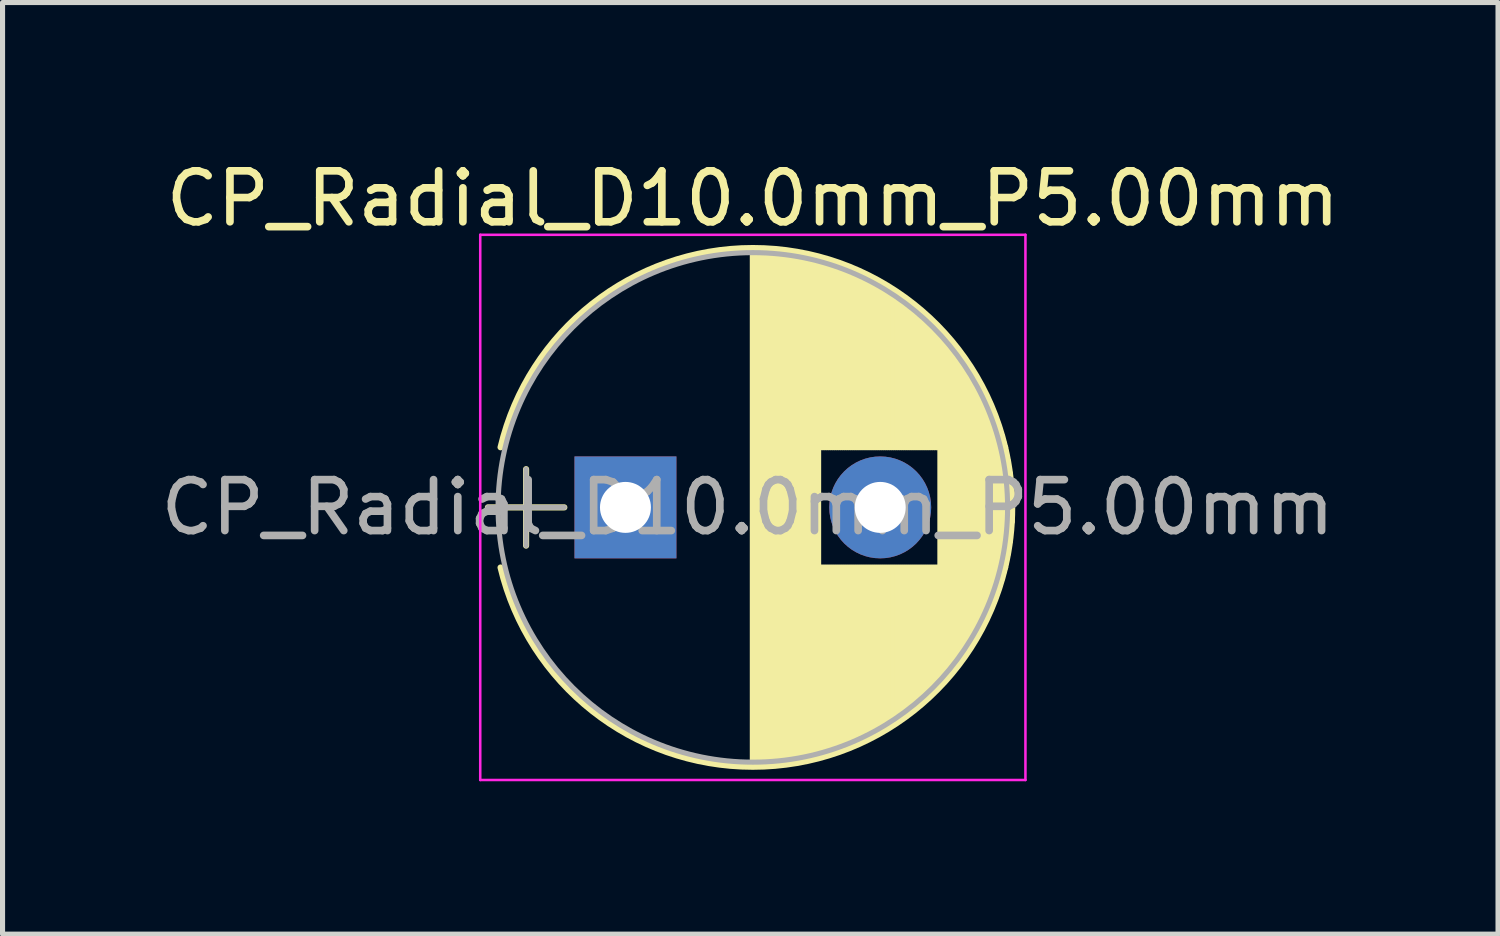
<source format=kicad_pcb>
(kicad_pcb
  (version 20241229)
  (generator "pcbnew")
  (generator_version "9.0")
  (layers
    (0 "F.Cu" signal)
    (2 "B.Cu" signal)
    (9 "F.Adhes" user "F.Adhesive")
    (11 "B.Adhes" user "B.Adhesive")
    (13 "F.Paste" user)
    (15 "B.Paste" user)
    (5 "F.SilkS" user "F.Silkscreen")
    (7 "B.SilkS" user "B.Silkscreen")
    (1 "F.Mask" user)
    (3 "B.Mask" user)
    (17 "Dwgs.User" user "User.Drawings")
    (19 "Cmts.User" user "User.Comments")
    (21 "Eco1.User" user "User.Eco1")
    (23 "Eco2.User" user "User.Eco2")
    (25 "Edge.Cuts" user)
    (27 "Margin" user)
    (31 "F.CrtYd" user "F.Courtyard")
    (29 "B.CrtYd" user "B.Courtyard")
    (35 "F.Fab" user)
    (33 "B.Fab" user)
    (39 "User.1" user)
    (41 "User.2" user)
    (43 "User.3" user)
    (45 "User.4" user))
  (footprint "CP_Radial_D10.0mm_P5.00mm"
    (layer "F.Cu")
    (at 9.225 6.908)
    (property "Reference" "CP_Radial_D10.0mm_P5.00mm" (at 2.5 -6.06 0) (layer "F.SilkS") (effects (font (size 1 1) (thickness 0.15))))
    (attr through_hole)
    (fp_line (start -2.7 0) (end -1.2 0) (stroke (width 0.12) (type solid)) (layer "F.SilkS"))
    (fp_line (start -1.95 -0.75) (end -1.95 0.75) (stroke (width 0.12) (type solid)) (layer "F.SilkS"))
    (fp_line (start 2.5 -5.05) (end 2.5 5.05) (stroke (width 0.12) (type solid)) (layer "F.SilkS"))
    (fp_line (start 2.54 -5.05) (end 2.54 5.05) (stroke (width 0.12) (type solid)) (layer "F.SilkS"))
    (fp_line (start 2.58 -5.05) (end 2.58 5.05) (stroke (width 0.12) (type solid)) (layer "F.SilkS"))
    (fp_line (start 2.62 -5.049) (end 2.62 5.049) (stroke (width 0.12) (type solid)) (layer "F.SilkS"))
    (fp_line (start 2.66 -5.048) (end 2.66 5.048) (stroke (width 0.12) (type solid)) (layer "F.SilkS"))
    (fp_line (start 2.7 -5.047) (end 2.7 5.047) (stroke (width 0.12) (type solid)) (layer "F.SilkS"))
    (fp_line (start 2.74 -5.045) (end 2.74 5.045) (stroke (width 0.12) (type solid)) (layer "F.SilkS"))
    (fp_line (start 2.78 -5.043) (end 2.78 5.043) (stroke (width 0.12) (type solid)) (layer "F.SilkS"))
    (fp_line (start 2.82 -5.04) (end 2.82 5.04) (stroke (width 0.12) (type solid)) (layer "F.SilkS"))
    (fp_line (start 2.86 -5.038) (end 2.86 5.038) (stroke (width 0.12) (type solid)) (layer "F.SilkS"))
    (fp_line (start 2.9 -5.035) (end 2.9 5.035) (stroke (width 0.12) (type solid)) (layer "F.SilkS"))
    (fp_line (start 2.94 -5.031) (end 2.94 5.031) (stroke (width 0.12) (type solid)) (layer "F.SilkS"))
    (fp_line (start 2.98 -5.028) (end 2.98 5.028) (stroke (width 0.12) (type solid)) (layer "F.SilkS"))
    (fp_line (start 3.02 -5.024) (end 3.02 5.024) (stroke (width 0.12) (type solid)) (layer "F.SilkS"))
    (fp_line (start 3.06 -5.02) (end 3.06 5.02) (stroke (width 0.12) (type solid)) (layer "F.SilkS"))
    (fp_line (start 3.1 -5.015) (end 3.1 5.015) (stroke (width 0.12) (type solid)) (layer "F.SilkS"))
    (fp_line (start 3.14 -5.01) (end 3.14 5.01) (stroke (width 0.12) (type solid)) (layer "F.SilkS"))
    (fp_line (start 3.18 -5.005) (end 3.18 5.005) (stroke (width 0.12) (type solid)) (layer "F.SilkS"))
    (fp_line (start 3.221 -4.999) (end 3.221 4.999) (stroke (width 0.12) (type solid)) (layer "F.SilkS"))
    (fp_line (start 3.261 -4.993) (end 3.261 4.993) (stroke (width 0.12) (type solid)) (layer "F.SilkS"))
    (fp_line (start 3.301 -4.987) (end 3.301 4.987) (stroke (width 0.12) (type solid)) (layer "F.SilkS"))
    (fp_line (start 3.341 -4.981) (end 3.341 4.981) (stroke (width 0.12) (type solid)) (layer "F.SilkS"))
    (fp_line (start 3.381 -4.974) (end 3.381 4.974) (stroke (width 0.12) (type solid)) (layer "F.SilkS"))
    (fp_line (start 3.421 -4.967) (end 3.421 4.967) (stroke (width 0.12) (type solid)) (layer "F.SilkS"))
    (fp_line (start 3.461 -4.959) (end 3.461 4.959) (stroke (width 0.12) (type solid)) (layer "F.SilkS"))
    (fp_line (start 3.501 -4.951) (end 3.501 4.951) (stroke (width 0.12) (type solid)) (layer "F.SilkS"))
    (fp_line (start 3.541 -4.943) (end 3.541 4.943) (stroke (width 0.12) (type solid)) (layer "F.SilkS"))
    (fp_line (start 3.581 -4.935) (end 3.581 4.935) (stroke (width 0.12) (type solid)) (layer "F.SilkS"))
    (fp_line (start 3.621 -4.926) (end 3.621 4.926) (stroke (width 0.12) (type solid)) (layer "F.SilkS"))
    (fp_line (start 3.661 -4.917) (end 3.661 4.917) (stroke (width 0.12) (type solid)) (layer "F.SilkS"))
    (fp_line (start 3.701 -4.907) (end 3.701 4.907) (stroke (width 0.12) (type solid)) (layer "F.SilkS"))
    (fp_line (start 3.741 -4.897) (end 3.741 4.897) (stroke (width 0.12) (type solid)) (layer "F.SilkS"))
    (fp_line (start 3.781 -4.887) (end 3.781 4.887) (stroke (width 0.12) (type solid)) (layer "F.SilkS"))
    (fp_line (start 3.821 -4.876) (end 3.821 -1.181) (stroke (width 0.12) (type solid)) (layer "F.SilkS"))
    (fp_line (start 3.821 1.181) (end 3.821 4.876) (stroke (width 0.12) (type solid)) (layer "F.SilkS"))
    (fp_line (start 3.861 -4.865) (end 3.861 -1.181) (stroke (width 0.12) (type solid)) (layer "F.SilkS"))
    (fp_line (start 3.861 1.181) (end 3.861 4.865) (stroke (width 0.12) (type solid)) (layer "F.SilkS"))
    (fp_line (start 3.901 -4.854) (end 3.901 -1.181) (stroke (width 0.12) (type solid)) (layer "F.SilkS"))
    (fp_line (start 3.901 1.181) (end 3.901 4.854) (stroke (width 0.12) (type solid)) (layer "F.SilkS"))
    (fp_line (start 3.941 -4.843) (end 3.941 -1.181) (stroke (width 0.12) (type solid)) (layer "F.SilkS"))
    (fp_line (start 3.941 1.181) (end 3.941 4.843) (stroke (width 0.12) (type solid)) (layer "F.SilkS"))
    (fp_line (start 3.981 -4.831) (end 3.981 -1.181) (stroke (width 0.12) (type solid)) (layer "F.SilkS"))
    (fp_line (start 3.981 1.181) (end 3.981 4.831) (stroke (width 0.12) (type solid)) (layer "F.SilkS"))
    (fp_line (start 4.021 -4.818) (end 4.021 -1.181) (stroke (width 0.12) (type solid)) (layer "F.SilkS"))
    (fp_line (start 4.021 1.181) (end 4.021 4.818) (stroke (width 0.12) (type solid)) (layer "F.SilkS"))
    (fp_line (start 4.061 -4.806) (end 4.061 -1.181) (stroke (width 0.12) (type solid)) (layer "F.SilkS"))
    (fp_line (start 4.061 1.181) (end 4.061 4.806) (stroke (width 0.12) (type solid)) (layer "F.SilkS"))
    (fp_line (start 4.101 -4.792) (end 4.101 -1.181) (stroke (width 0.12) (type solid)) (layer "F.SilkS"))
    (fp_line (start 4.101 1.181) (end 4.101 4.792) (stroke (width 0.12) (type solid)) (layer "F.SilkS"))
    (fp_line (start 4.141 -4.779) (end 4.141 -1.181) (stroke (width 0.12) (type solid)) (layer "F.SilkS"))
    (fp_line (start 4.141 1.181) (end 4.141 4.779) (stroke (width 0.12) (type solid)) (layer "F.SilkS"))
    (fp_line (start 4.181 -4.765) (end 4.181 -1.181) (stroke (width 0.12) (type solid)) (layer "F.SilkS"))
    (fp_line (start 4.181 1.181) (end 4.181 4.765) (stroke (width 0.12) (type solid)) (layer "F.SilkS"))
    (fp_line (start 4.221 -4.751) (end 4.221 -1.181) (stroke (width 0.12) (type solid)) (layer "F.SilkS"))
    (fp_line (start 4.221 1.181) (end 4.221 4.751) (stroke (width 0.12) (type solid)) (layer "F.SilkS"))
    (fp_line (start 4.261 -4.737) (end 4.261 -1.181) (stroke (width 0.12) (type solid)) (layer "F.SilkS"))
    (fp_line (start 4.261 1.181) (end 4.261 4.737) (stroke (width 0.12) (type solid)) (layer "F.SilkS"))
    (fp_line (start 4.301 -4.722) (end 4.301 -1.181) (stroke (width 0.12) (type solid)) (layer "F.SilkS"))
    (fp_line (start 4.301 1.181) (end 4.301 4.722) (stroke (width 0.12) (type solid)) (layer "F.SilkS"))
    (fp_line (start 4.341 -4.706) (end 4.341 -1.181) (stroke (width 0.12) (type solid)) (layer "F.SilkS"))
    (fp_line (start 4.341 1.181) (end 4.341 4.706) (stroke (width 0.12) (type solid)) (layer "F.SilkS"))
    (fp_line (start 4.381 -4.691) (end 4.381 -1.181) (stroke (width 0.12) (type solid)) (layer "F.SilkS"))
    (fp_line (start 4.381 1.181) (end 4.381 4.691) (stroke (width 0.12) (type solid)) (layer "F.SilkS"))
    (fp_line (start 4.421 -4.674) (end 4.421 -1.181) (stroke (width 0.12) (type solid)) (layer "F.SilkS"))
    (fp_line (start 4.421 1.181) (end 4.421 4.674) (stroke (width 0.12) (type solid)) (layer "F.SilkS"))
    (fp_line (start 4.461 -4.658) (end 4.461 -1.181) (stroke (width 0.12) (type solid)) (layer "F.SilkS"))
    (fp_line (start 4.461 1.181) (end 4.461 4.658) (stroke (width 0.12) (type solid)) (layer "F.SilkS"))
    (fp_line (start 4.501 -4.641) (end 4.501 -1.181) (stroke (width 0.12) (type solid)) (layer "F.SilkS"))
    (fp_line (start 4.501 1.181) (end 4.501 4.641) (stroke (width 0.12) (type solid)) (layer "F.SilkS"))
    (fp_line (start 4.541 -4.624) (end 4.541 -1.181) (stroke (width 0.12) (type solid)) (layer "F.SilkS"))
    (fp_line (start 4.541 1.181) (end 4.541 4.624) (stroke (width 0.12) (type solid)) (layer "F.SilkS"))
    (fp_line (start 4.581 -4.606) (end 4.581 -1.181) (stroke (width 0.12) (type solid)) (layer "F.SilkS"))
    (fp_line (start 4.581 1.181) (end 4.581 4.606) (stroke (width 0.12) (type solid)) (layer "F.SilkS"))
    (fp_line (start 4.621 -4.588) (end 4.621 -1.181) (stroke (width 0.12) (type solid)) (layer "F.SilkS"))
    (fp_line (start 4.621 1.181) (end 4.621 4.588) (stroke (width 0.12) (type solid)) (layer "F.SilkS"))
    (fp_line (start 4.661 -4.569) (end 4.661 -1.181) (stroke (width 0.12) (type solid)) (layer "F.SilkS"))
    (fp_line (start 4.661 1.181) (end 4.661 4.569) (stroke (width 0.12) (type solid)) (layer "F.SilkS"))
    (fp_line (start 4.701 -4.55) (end 4.701 -1.181) (stroke (width 0.12) (type solid)) (layer "F.SilkS"))
    (fp_line (start 4.701 1.181) (end 4.701 4.55) (stroke (width 0.12) (type solid)) (layer "F.SilkS"))
    (fp_line (start 4.741 -4.531) (end 4.741 -1.181) (stroke (width 0.12) (type solid)) (layer "F.SilkS"))
    (fp_line (start 4.741 1.181) (end 4.741 4.531) (stroke (width 0.12) (type solid)) (layer "F.SilkS"))
    (fp_line (start 4.781 -4.511) (end 4.781 -1.181) (stroke (width 0.12) (type solid)) (layer "F.SilkS"))
    (fp_line (start 4.781 1.181) (end 4.781 4.511) (stroke (width 0.12) (type solid)) (layer "F.SilkS"))
    (fp_line (start 4.821 -4.491) (end 4.821 -1.181) (stroke (width 0.12) (type solid)) (layer "F.SilkS"))
    (fp_line (start 4.821 1.181) (end 4.821 4.491) (stroke (width 0.12) (type solid)) (layer "F.SilkS"))
    (fp_line (start 4.861 -4.47) (end 4.861 -1.181) (stroke (width 0.12) (type solid)) (layer "F.SilkS"))
    (fp_line (start 4.861 1.181) (end 4.861 4.47) (stroke (width 0.12) (type solid)) (layer "F.SilkS"))
    (fp_line (start 4.901 -4.449) (end 4.901 -1.181) (stroke (width 0.12) (type solid)) (layer "F.SilkS"))
    (fp_line (start 4.901 1.181) (end 4.901 4.449) (stroke (width 0.12) (type solid)) (layer "F.SilkS"))
    (fp_line (start 4.941 -4.428) (end 4.941 -1.181) (stroke (width 0.12) (type solid)) (layer "F.SilkS"))
    (fp_line (start 4.941 1.181) (end 4.941 4.428) (stroke (width 0.12) (type solid)) (layer "F.SilkS"))
    (fp_line (start 4.981 -4.405) (end 4.981 -1.181) (stroke (width 0.12) (type solid)) (layer "F.SilkS"))
    (fp_line (start 4.981 1.181) (end 4.981 4.405) (stroke (width 0.12) (type solid)) (layer "F.SilkS"))
    (fp_line (start 5.021 -4.383) (end 5.021 -1.181) (stroke (width 0.12) (type solid)) (layer "F.SilkS"))
    (fp_line (start 5.021 1.181) (end 5.021 4.383) (stroke (width 0.12) (type solid)) (layer "F.SilkS"))
    (fp_line (start 5.061 -4.36) (end 5.061 -1.181) (stroke (width 0.12) (type solid)) (layer "F.SilkS"))
    (fp_line (start 5.061 1.181) (end 5.061 4.36) (stroke (width 0.12) (type solid)) (layer "F.SilkS"))
    (fp_line (start 5.101 -4.336) (end 5.101 -1.181) (stroke (width 0.12) (type solid)) (layer "F.SilkS"))
    (fp_line (start 5.101 1.181) (end 5.101 4.336) (stroke (width 0.12) (type solid)) (layer "F.SilkS"))
    (fp_line (start 5.141 -4.312) (end 5.141 -1.181) (stroke (width 0.12) (type solid)) (layer "F.SilkS"))
    (fp_line (start 5.141 1.181) (end 5.141 4.312) (stroke (width 0.12) (type solid)) (layer "F.SilkS"))
    (fp_line (start 5.181 -4.288) (end 5.181 -1.181) (stroke (width 0.12) (type solid)) (layer "F.SilkS"))
    (fp_line (start 5.181 1.181) (end 5.181 4.288) (stroke (width 0.12) (type solid)) (layer "F.SilkS"))
    (fp_line (start 5.221 -4.263) (end 5.221 -1.181) (stroke (width 0.12) (type solid)) (layer "F.SilkS"))
    (fp_line (start 5.221 1.181) (end 5.221 4.263) (stroke (width 0.12) (type solid)) (layer "F.SilkS"))
    (fp_line (start 5.261 -4.237) (end 5.261 -1.181) (stroke (width 0.12) (type solid)) (layer "F.SilkS"))
    (fp_line (start 5.261 1.181) (end 5.261 4.237) (stroke (width 0.12) (type solid)) (layer "F.SilkS"))
    (fp_line (start 5.301 -4.211) (end 5.301 -1.181) (stroke (width 0.12) (type solid)) (layer "F.SilkS"))
    (fp_line (start 5.301 1.181) (end 5.301 4.211) (stroke (width 0.12) (type solid)) (layer "F.SilkS"))
    (fp_line (start 5.341 -4.185) (end 5.341 -1.181) (stroke (width 0.12) (type solid)) (layer "F.SilkS"))
    (fp_line (start 5.341 1.181) (end 5.341 4.185) (stroke (width 0.12) (type solid)) (layer "F.SilkS"))
    (fp_line (start 5.381 -4.157) (end 5.381 -1.181) (stroke (width 0.12) (type solid)) (layer "F.SilkS"))
    (fp_line (start 5.381 1.181) (end 5.381 4.157) (stroke (width 0.12) (type solid)) (layer "F.SilkS"))
    (fp_line (start 5.421 -4.13) (end 5.421 -1.181) (stroke (width 0.12) (type solid)) (layer "F.SilkS"))
    (fp_line (start 5.421 1.181) (end 5.421 4.13) (stroke (width 0.12) (type solid)) (layer "F.SilkS"))
    (fp_line (start 5.461 -4.101) (end 5.461 -1.181) (stroke (width 0.12) (type solid)) (layer "F.SilkS"))
    (fp_line (start 5.461 1.181) (end 5.461 4.101) (stroke (width 0.12) (type solid)) (layer "F.SilkS"))
    (fp_line (start 5.501 -4.072) (end 5.501 -1.181) (stroke (width 0.12) (type solid)) (layer "F.SilkS"))
    (fp_line (start 5.501 1.181) (end 5.501 4.072) (stroke (width 0.12) (type solid)) (layer "F.SilkS"))
    (fp_line (start 5.541 -4.043) (end 5.541 -1.181) (stroke (width 0.12) (type solid)) (layer "F.SilkS"))
    (fp_line (start 5.541 1.181) (end 5.541 4.043) (stroke (width 0.12) (type solid)) (layer "F.SilkS"))
    (fp_line (start 5.581 -4.013) (end 5.581 -1.181) (stroke (width 0.12) (type solid)) (layer "F.SilkS"))
    (fp_line (start 5.581 1.181) (end 5.581 4.013) (stroke (width 0.12) (type solid)) (layer "F.SilkS"))
    (fp_line (start 5.621 -3.982) (end 5.621 -1.181) (stroke (width 0.12) (type solid)) (layer "F.SilkS"))
    (fp_line (start 5.621 1.181) (end 5.621 3.982) (stroke (width 0.12) (type solid)) (layer "F.SilkS"))
    (fp_line (start 5.661 -3.951) (end 5.661 -1.181) (stroke (width 0.12) (type solid)) (layer "F.SilkS"))
    (fp_line (start 5.661 1.181) (end 5.661 3.951) (stroke (width 0.12) (type solid)) (layer "F.SilkS"))
    (fp_line (start 5.701 -3.919) (end 5.701 -1.181) (stroke (width 0.12) (type solid)) (layer "F.SilkS"))
    (fp_line (start 5.701 1.181) (end 5.701 3.919) (stroke (width 0.12) (type solid)) (layer "F.SilkS"))
    (fp_line (start 5.741 -3.886) (end 5.741 -1.181) (stroke (width 0.12) (type solid)) (layer "F.SilkS"))
    (fp_line (start 5.741 1.181) (end 5.741 3.886) (stroke (width 0.12) (type solid)) (layer "F.SilkS"))
    (fp_line (start 5.781 -3.853) (end 5.781 -1.181) (stroke (width 0.12) (type solid)) (layer "F.SilkS"))
    (fp_line (start 5.781 1.181) (end 5.781 3.853) (stroke (width 0.12) (type solid)) (layer "F.SilkS"))
    (fp_line (start 5.821 -3.819) (end 5.821 -1.181) (stroke (width 0.12) (type solid)) (layer "F.SilkS"))
    (fp_line (start 5.821 1.181) (end 5.821 3.819) (stroke (width 0.12) (type solid)) (layer "F.SilkS"))
    (fp_line (start 5.861 -3.784) (end 5.861 -1.181) (stroke (width 0.12) (type solid)) (layer "F.SilkS"))
    (fp_line (start 5.861 1.181) (end 5.861 3.784) (stroke (width 0.12) (type solid)) (layer "F.SilkS"))
    (fp_line (start 5.901 -3.748) (end 5.901 -1.181) (stroke (width 0.12) (type solid)) (layer "F.SilkS"))
    (fp_line (start 5.901 1.181) (end 5.901 3.748) (stroke (width 0.12) (type solid)) (layer "F.SilkS"))
    (fp_line (start 5.941 -3.712) (end 5.941 -1.181) (stroke (width 0.12) (type solid)) (layer "F.SilkS"))
    (fp_line (start 5.941 1.181) (end 5.941 3.712) (stroke (width 0.12) (type solid)) (layer "F.SilkS"))
    (fp_line (start 5.981 -3.675) (end 5.981 -1.181) (stroke (width 0.12) (type solid)) (layer "F.SilkS"))
    (fp_line (start 5.981 1.181) (end 5.981 3.675) (stroke (width 0.12) (type solid)) (layer "F.SilkS"))
    (fp_line (start 6.021 -3.637) (end 6.021 -1.181) (stroke (width 0.12) (type solid)) (layer "F.SilkS"))
    (fp_line (start 6.021 1.181) (end 6.021 3.637) (stroke (width 0.12) (type solid)) (layer "F.SilkS"))
    (fp_line (start 6.061 -3.598) (end 6.061 -1.181) (stroke (width 0.12) (type solid)) (layer "F.SilkS"))
    (fp_line (start 6.061 1.181) (end 6.061 3.598) (stroke (width 0.12) (type solid)) (layer "F.SilkS"))
    (fp_line (start 6.101 -3.559) (end 6.101 -1.181) (stroke (width 0.12) (type solid)) (layer "F.SilkS"))
    (fp_line (start 6.101 1.181) (end 6.101 3.559) (stroke (width 0.12) (type solid)) (layer "F.SilkS"))
    (fp_line (start 6.141 -3.518) (end 6.141 -1.181) (stroke (width 0.12) (type solid)) (layer "F.SilkS"))
    (fp_line (start 6.141 1.181) (end 6.141 3.518) (stroke (width 0.12) (type solid)) (layer "F.SilkS"))
    (fp_line (start 6.181 -3.477) (end 6.181 3.477) (stroke (width 0.12) (type solid)) (layer "F.SilkS"))
    (fp_line (start 6.221 -3.435) (end 6.221 3.435) (stroke (width 0.12) (type solid)) (layer "F.SilkS"))
    (fp_line (start 6.261 -3.391) (end 6.261 3.391) (stroke (width 0.12) (type solid)) (layer "F.SilkS"))
    (fp_line (start 6.301 -3.347) (end 6.301 3.347) (stroke (width 0.12) (type solid)) (layer "F.SilkS"))
    (fp_line (start 6.341 -3.302) (end 6.341 3.302) (stroke (width 0.12) (type solid)) (layer "F.SilkS"))
    (fp_line (start 6.381 -3.255) (end 6.381 3.255) (stroke (width 0.12) (type solid)) (layer "F.SilkS"))
    (fp_line (start 6.421 -3.207) (end 6.421 3.207) (stroke (width 0.12) (type solid)) (layer "F.SilkS"))
    (fp_line (start 6.461 -3.158) (end 6.461 3.158) (stroke (width 0.12) (type solid)) (layer "F.SilkS"))
    (fp_line (start 6.501 -3.108) (end 6.501 3.108) (stroke (width 0.12) (type solid)) (layer "F.SilkS"))
    (fp_line (start 6.541 -3.057) (end 6.541 3.057) (stroke (width 0.12) (type solid)) (layer "F.SilkS"))
    (fp_line (start 6.581 -3.004) (end 6.581 3.004) (stroke (width 0.12) (type solid)) (layer "F.SilkS"))
    (fp_line (start 6.621 -2.949) (end 6.621 2.949) (stroke (width 0.12) (type solid)) (layer "F.SilkS"))
    (fp_line (start 6.661 -2.894) (end 6.661 2.894) (stroke (width 0.12) (type solid)) (layer "F.SilkS"))
    (fp_line (start 6.701 -2.836) (end 6.701 2.836) (stroke (width 0.12) (type solid)) (layer "F.SilkS"))
    (fp_line (start 6.741 -2.777) (end 6.741 2.777) (stroke (width 0.12) (type solid)) (layer "F.SilkS"))
    (fp_line (start 6.781 -2.715) (end 6.781 2.715) (stroke (width 0.12) (type solid)) (layer "F.SilkS"))
    (fp_line (start 6.821 -2.652) (end 6.821 2.652) (stroke (width 0.12) (type solid)) (layer "F.SilkS"))
    (fp_line (start 6.861 -2.587) (end 6.861 2.587) (stroke (width 0.12) (type solid)) (layer "F.SilkS"))
    (fp_line (start 6.901 -2.519) (end 6.901 2.519) (stroke (width 0.12) (type solid)) (layer "F.SilkS"))
    (fp_line (start 6.941 -2.449) (end 6.941 2.449) (stroke (width 0.12) (type solid)) (layer "F.SilkS"))
    (fp_line (start 6.981 -2.377) (end 6.981 2.377) (stroke (width 0.12) (type solid)) (layer "F.SilkS"))
    (fp_line (start 7.021 -2.301) (end 7.021 2.301) (stroke (width 0.12) (type solid)) (layer "F.SilkS"))
    (fp_line (start 7.061 -2.222) (end 7.061 2.222) (stroke (width 0.12) (type solid)) (layer "F.SilkS"))
    (fp_line (start 7.101 -2.14) (end 7.101 2.14) (stroke (width 0.12) (type solid)) (layer "F.SilkS"))
    (fp_line (start 7.141 -2.053) (end 7.141 2.053) (stroke (width 0.12) (type solid)) (layer "F.SilkS"))
    (fp_line (start 7.181 -1.962) (end 7.181 1.962) (stroke (width 0.12) (type solid)) (layer "F.SilkS"))
    (fp_line (start 7.221 -1.866) (end 7.221 1.866) (stroke (width 0.12) (type solid)) (layer "F.SilkS"))
    (fp_line (start 7.261 -1.763) (end 7.261 1.763) (stroke (width 0.12) (type solid)) (layer "F.SilkS"))
    (fp_line (start 7.301 -1.654) (end 7.301 1.654) (stroke (width 0.12) (type solid)) (layer "F.SilkS"))
    (fp_line (start 7.341 -1.536) (end 7.341 1.536) (stroke (width 0.12) (type solid)) (layer "F.SilkS"))
    (fp_line (start 7.381 -1.407) (end 7.381 1.407) (stroke (width 0.12) (type solid)) (layer "F.SilkS"))
    (fp_line (start 7.421 -1.265) (end 7.421 1.265) (stroke (width 0.12) (type solid)) (layer "F.SilkS"))
    (fp_line (start 7.461 -1.104) (end 7.461 1.104) (stroke (width 0.12) (type solid)) (layer "F.SilkS"))
    (fp_line (start 7.501 -0.913) (end 7.501 0.913) (stroke (width 0.12) (type solid)) (layer "F.SilkS"))
    (fp_line (start 7.541 -0.672) (end 7.541 0.672) (stroke (width 0.12) (type solid)) (layer "F.SilkS"))
    (fp_line (start 7.581 -0.279) (end 7.581 0.279) (stroke (width 0.12) (type solid)) (layer "F.SilkS"))
    (fp_arc (start -2.451333 -1.18) (mid 2.500414 -5.09) (end 7.451525 -1.179194) (stroke (width 0.12) (type solid)) (layer "F.SilkS"))
    (fp_arc (start 7.451333 -1.18) (mid 7.59 -0.000414) (end 7.451525 1.179194) (stroke (width 0.12) (type solid)) (layer "F.SilkS"))
    (fp_arc (start 7.451525 1.179194) (mid 2.500414 5.09) (end -2.451333 1.18) (stroke (width 0.12) (type solid)) (layer "F.SilkS"))
    (fp_line (start -2.85 -5.35) (end -2.85 5.35) (stroke (width 0.05) (type solid)) (layer "F.CrtYd"))
    (fp_line (start -2.85 5.35) (end 7.85 5.35) (stroke (width 0.05) (type solid)) (layer "F.CrtYd"))
    (fp_line (start 7.85 -5.35) (end -2.85 -5.35) (stroke (width 0.05) (type solid)) (layer "F.CrtYd"))
    (fp_line (start 7.85 5.35) (end 7.85 -5.35) (stroke (width 0.05) (type solid)) (layer "F.CrtYd"))
    (fp_line (start -2.7 0) (end -1.2 0) (stroke (width 0.1) (type solid)) (layer "F.Fab"))
    (fp_line (start -1.95 -0.75) (end -1.95 0.75) (stroke (width 0.1) (type solid)) (layer "F.Fab"))
    (fp_circle (center 2.5 0) (end 7.5 0) (stroke (width 0.1) (type solid)) (fill no) (layer "F.Fab"))
    (fp_text user "${REFERENCE}" (at 2.4 0 0) (layer "F.Fab") (effects (font (size 1 1) (thickness 0.15))))
    (pad "1" thru_hole rect (at 0 0) (size 2 2) (drill 1) (layers "*.Cu" "*.Mask"))
    (pad "2" thru_hole circle (at 5 0) (size 2 2) (drill 1) (layers "*.Cu" "*.Mask")))
  (gr_rect
    (start -3 -3)
    (end 26.35 15.283)
    (stroke (width 0.1) (type default))
    (fill no)
    (layer "Edge.Cuts")))
</source>
